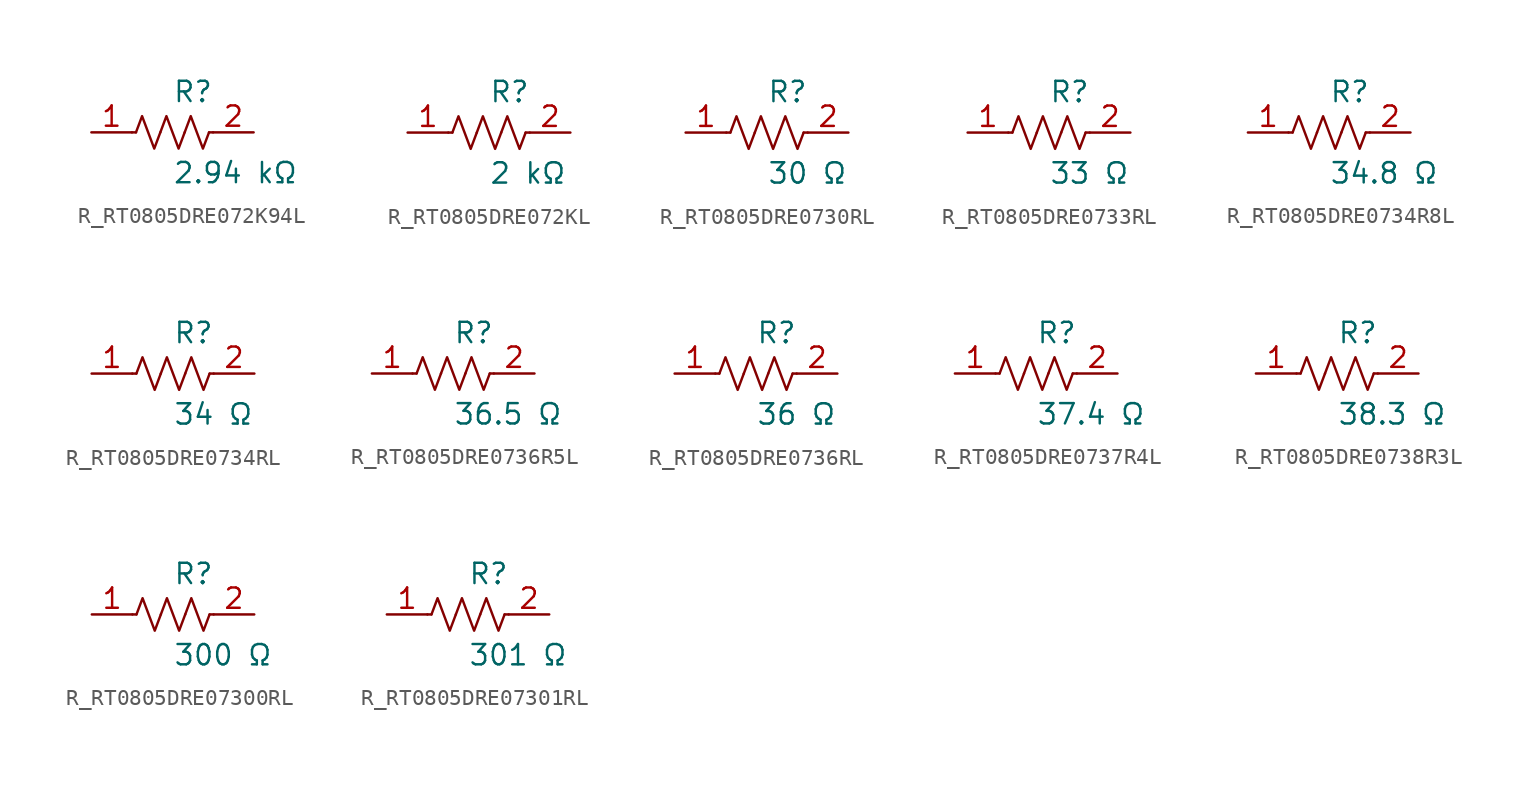
<source format=kicad_sym>
(kicad_symbol_lib
  (version 20231120)
  (generator kicad_symbol_editor)
  (generator_version 8.0)
  (symbol "R_RT0805DRE072K94L"
    (pin_names
      (offset 0.254))
    (property "Reference" "R"
      (at 0.0 2.54 0)
      (effects (font (size 1.27 1.27)) (justify left)))
    (property "Value" "2.94 kΩ"
      (at 0.0 -2.54 0)
      (effects (font (size 1.27 1.27)) (justify left)))
    (symbol "R_RT0805DRE072K94L_0_1"
      (polyline (pts (xy 2.286 0) (xy 2.54 0)) (stroke (width 0) (type default)) (fill (type none)))
      (polyline (pts (xy -2.286 0) (xy -2.54 0)) (stroke (width 0) (type default)) (fill (type none)))
      (polyline (pts (xy 0.762 0) (xy 1.143 1.016) (xy 1.524 0) (xy 1.905 -1.016) (xy 2.286 0)) (stroke (width 0) (type default)) (fill (type none)))
      (polyline (pts (xy -0.762 0) (xy -0.381 1.016) (xy 0 0) (xy 0.381 -1.016) (xy 0.762 0)) (stroke (width 0) (type default)) (fill (type none)))
      (polyline (pts (xy -2.286 0) (xy -1.905 1.016) (xy -1.524 0) (xy -1.143 -1.016) (xy -0.762 0)) (stroke (width 0) (type default)) (fill (type none))))
    (pin unspecified line
      (at -5.08 0 0)
      (length 2.54)
      (name "" (effects (font (size 1.27 1.27))))
      (number "1" (effects (font (size 1.27 1.27)))))
    (pin unspecified line
      (at 5.08 0 180)
      (length 2.54)
      (name "" (effects (font (size 1.27 1.27))))
      (number "2" (effects (font (size 1.27 1.27))))))
  (symbol "R_RT0805DRE072KL"
    (pin_names
      (offset 0.254))
    (property "Reference" "R"
      (at 0.0 2.54 0)
      (effects (font (size 1.27 1.27)) (justify left)))
    (property "Value" "2 kΩ"
      (at 0.0 -2.54 0)
      (effects (font (size 1.27 1.27)) (justify left)))
    (symbol "R_RT0805DRE072KL_0_1"
      (polyline (pts (xy 2.286 0) (xy 2.54 0)) (stroke (width 0) (type default)) (fill (type none)))
      (polyline (pts (xy -2.286 0) (xy -2.54 0)) (stroke (width 0) (type default)) (fill (type none)))
      (polyline (pts (xy 0.762 0) (xy 1.143 1.016) (xy 1.524 0) (xy 1.905 -1.016) (xy 2.286 0)) (stroke (width 0) (type default)) (fill (type none)))
      (polyline (pts (xy -0.762 0) (xy -0.381 1.016) (xy 0 0) (xy 0.381 -1.016) (xy 0.762 0)) (stroke (width 0) (type default)) (fill (type none)))
      (polyline (pts (xy -2.286 0) (xy -1.905 1.016) (xy -1.524 0) (xy -1.143 -1.016) (xy -0.762 0)) (stroke (width 0) (type default)) (fill (type none))))
    (pin unspecified line
      (at -5.08 0 0)
      (length 2.54)
      (name "" (effects (font (size 1.27 1.27))))
      (number "1" (effects (font (size 1.27 1.27)))))
    (pin unspecified line
      (at 5.08 0 180)
      (length 2.54)
      (name "" (effects (font (size 1.27 1.27))))
      (number "2" (effects (font (size 1.27 1.27))))))
  (symbol "R_RT0805DRE0730RL"
    (pin_names
      (offset 0.254))
    (property "Reference" "R"
      (at 0.0 2.54 0)
      (effects (font (size 1.27 1.27)) (justify left)))
    (property "Value" "30 Ω"
      (at 0.0 -2.54 0)
      (effects (font (size 1.27 1.27)) (justify left)))
    (symbol "R_RT0805DRE0730RL_0_1"
      (polyline (pts (xy 2.286 0) (xy 2.54 0)) (stroke (width 0) (type default)) (fill (type none)))
      (polyline (pts (xy -2.286 0) (xy -2.54 0)) (stroke (width 0) (type default)) (fill (type none)))
      (polyline (pts (xy 0.762 0) (xy 1.143 1.016) (xy 1.524 0) (xy 1.905 -1.016) (xy 2.286 0)) (stroke (width 0) (type default)) (fill (type none)))
      (polyline (pts (xy -0.762 0) (xy -0.381 1.016) (xy 0 0) (xy 0.381 -1.016) (xy 0.762 0)) (stroke (width 0) (type default)) (fill (type none)))
      (polyline (pts (xy -2.286 0) (xy -1.905 1.016) (xy -1.524 0) (xy -1.143 -1.016) (xy -0.762 0)) (stroke (width 0) (type default)) (fill (type none))))
    (pin unspecified line
      (at -5.08 0 0)
      (length 2.54)
      (name "" (effects (font (size 1.27 1.27))))
      (number "1" (effects (font (size 1.27 1.27)))))
    (pin unspecified line
      (at 5.08 0 180)
      (length 2.54)
      (name "" (effects (font (size 1.27 1.27))))
      (number "2" (effects (font (size 1.27 1.27))))))
  (symbol "R_RT0805DRE0733RL"
    (pin_names
      (offset 0.254))
    (property "Reference" "R"
      (at 0.0 2.54 0)
      (effects (font (size 1.27 1.27)) (justify left)))
    (property "Value" "33 Ω"
      (at 0.0 -2.54 0)
      (effects (font (size 1.27 1.27)) (justify left)))
    (symbol "R_RT0805DRE0733RL_0_1"
      (polyline (pts (xy 2.286 0) (xy 2.54 0)) (stroke (width 0) (type default)) (fill (type none)))
      (polyline (pts (xy -2.286 0) (xy -2.54 0)) (stroke (width 0) (type default)) (fill (type none)))
      (polyline (pts (xy 0.762 0) (xy 1.143 1.016) (xy 1.524 0) (xy 1.905 -1.016) (xy 2.286 0)) (stroke (width 0) (type default)) (fill (type none)))
      (polyline (pts (xy -0.762 0) (xy -0.381 1.016) (xy 0 0) (xy 0.381 -1.016) (xy 0.762 0)) (stroke (width 0) (type default)) (fill (type none)))
      (polyline (pts (xy -2.286 0) (xy -1.905 1.016) (xy -1.524 0) (xy -1.143 -1.016) (xy -0.762 0)) (stroke (width 0) (type default)) (fill (type none))))
    (pin unspecified line
      (at -5.08 0 0)
      (length 2.54)
      (name "" (effects (font (size 1.27 1.27))))
      (number "1" (effects (font (size 1.27 1.27)))))
    (pin unspecified line
      (at 5.08 0 180)
      (length 2.54)
      (name "" (effects (font (size 1.27 1.27))))
      (number "2" (effects (font (size 1.27 1.27))))))
  (symbol "R_RT0805DRE0734R8L"
    (pin_names
      (offset 0.254))
    (property "Reference" "R"
      (at 0.0 2.54 0)
      (effects (font (size 1.27 1.27)) (justify left)))
    (property "Value" "34.8 Ω"
      (at 0.0 -2.54 0)
      (effects (font (size 1.27 1.27)) (justify left)))
    (symbol "R_RT0805DRE0734R8L_0_1"
      (polyline (pts (xy 2.286 0) (xy 2.54 0)) (stroke (width 0) (type default)) (fill (type none)))
      (polyline (pts (xy -2.286 0) (xy -2.54 0)) (stroke (width 0) (type default)) (fill (type none)))
      (polyline (pts (xy 0.762 0) (xy 1.143 1.016) (xy 1.524 0) (xy 1.905 -1.016) (xy 2.286 0)) (stroke (width 0) (type default)) (fill (type none)))
      (polyline (pts (xy -0.762 0) (xy -0.381 1.016) (xy 0 0) (xy 0.381 -1.016) (xy 0.762 0)) (stroke (width 0) (type default)) (fill (type none)))
      (polyline (pts (xy -2.286 0) (xy -1.905 1.016) (xy -1.524 0) (xy -1.143 -1.016) (xy -0.762 0)) (stroke (width 0) (type default)) (fill (type none))))
    (pin unspecified line
      (at -5.08 0 0)
      (length 2.54)
      (name "" (effects (font (size 1.27 1.27))))
      (number "1" (effects (font (size 1.27 1.27)))))
    (pin unspecified line
      (at 5.08 0 180)
      (length 2.54)
      (name "" (effects (font (size 1.27 1.27))))
      (number "2" (effects (font (size 1.27 1.27))))))
  (symbol "R_RT0805DRE0734RL"
    (pin_names
      (offset 0.254))
    (property "Reference" "R"
      (at 0.0 2.54 0)
      (effects (font (size 1.27 1.27)) (justify left)))
    (property "Value" "34 Ω"
      (at 0.0 -2.54 0)
      (effects (font (size 1.27 1.27)) (justify left)))
    (symbol "R_RT0805DRE0734RL_0_1"
      (polyline (pts (xy 2.286 0) (xy 2.54 0)) (stroke (width 0) (type default)) (fill (type none)))
      (polyline (pts (xy -2.286 0) (xy -2.54 0)) (stroke (width 0) (type default)) (fill (type none)))
      (polyline (pts (xy 0.762 0) (xy 1.143 1.016) (xy 1.524 0) (xy 1.905 -1.016) (xy 2.286 0)) (stroke (width 0) (type default)) (fill (type none)))
      (polyline (pts (xy -0.762 0) (xy -0.381 1.016) (xy 0 0) (xy 0.381 -1.016) (xy 0.762 0)) (stroke (width 0) (type default)) (fill (type none)))
      (polyline (pts (xy -2.286 0) (xy -1.905 1.016) (xy -1.524 0) (xy -1.143 -1.016) (xy -0.762 0)) (stroke (width 0) (type default)) (fill (type none))))
    (pin unspecified line
      (at -5.08 0 0)
      (length 2.54)
      (name "" (effects (font (size 1.27 1.27))))
      (number "1" (effects (font (size 1.27 1.27)))))
    (pin unspecified line
      (at 5.08 0 180)
      (length 2.54)
      (name "" (effects (font (size 1.27 1.27))))
      (number "2" (effects (font (size 1.27 1.27))))))
  (symbol "R_RT0805DRE0736R5L"
    (pin_names
      (offset 0.254))
    (property "Reference" "R"
      (at 0.0 2.54 0)
      (effects (font (size 1.27 1.27)) (justify left)))
    (property "Value" "36.5 Ω"
      (at 0.0 -2.54 0)
      (effects (font (size 1.27 1.27)) (justify left)))
    (symbol "R_RT0805DRE0736R5L_0_1"
      (polyline (pts (xy 2.286 0) (xy 2.54 0)) (stroke (width 0) (type default)) (fill (type none)))
      (polyline (pts (xy -2.286 0) (xy -2.54 0)) (stroke (width 0) (type default)) (fill (type none)))
      (polyline (pts (xy 0.762 0) (xy 1.143 1.016) (xy 1.524 0) (xy 1.905 -1.016) (xy 2.286 0)) (stroke (width 0) (type default)) (fill (type none)))
      (polyline (pts (xy -0.762 0) (xy -0.381 1.016) (xy 0 0) (xy 0.381 -1.016) (xy 0.762 0)) (stroke (width 0) (type default)) (fill (type none)))
      (polyline (pts (xy -2.286 0) (xy -1.905 1.016) (xy -1.524 0) (xy -1.143 -1.016) (xy -0.762 0)) (stroke (width 0) (type default)) (fill (type none))))
    (pin unspecified line
      (at -5.08 0 0)
      (length 2.54)
      (name "" (effects (font (size 1.27 1.27))))
      (number "1" (effects (font (size 1.27 1.27)))))
    (pin unspecified line
      (at 5.08 0 180)
      (length 2.54)
      (name "" (effects (font (size 1.27 1.27))))
      (number "2" (effects (font (size 1.27 1.27))))))
  (symbol "R_RT0805DRE0736RL"
    (pin_names
      (offset 0.254))
    (property "Reference" "R"
      (at 0.0 2.54 0)
      (effects (font (size 1.27 1.27)) (justify left)))
    (property "Value" "36 Ω"
      (at 0.0 -2.54 0)
      (effects (font (size 1.27 1.27)) (justify left)))
    (symbol "R_RT0805DRE0736RL_0_1"
      (polyline (pts (xy 2.286 0) (xy 2.54 0)) (stroke (width 0) (type default)) (fill (type none)))
      (polyline (pts (xy -2.286 0) (xy -2.54 0)) (stroke (width 0) (type default)) (fill (type none)))
      (polyline (pts (xy 0.762 0) (xy 1.143 1.016) (xy 1.524 0) (xy 1.905 -1.016) (xy 2.286 0)) (stroke (width 0) (type default)) (fill (type none)))
      (polyline (pts (xy -0.762 0) (xy -0.381 1.016) (xy 0 0) (xy 0.381 -1.016) (xy 0.762 0)) (stroke (width 0) (type default)) (fill (type none)))
      (polyline (pts (xy -2.286 0) (xy -1.905 1.016) (xy -1.524 0) (xy -1.143 -1.016) (xy -0.762 0)) (stroke (width 0) (type default)) (fill (type none))))
    (pin unspecified line
      (at -5.08 0 0)
      (length 2.54)
      (name "" (effects (font (size 1.27 1.27))))
      (number "1" (effects (font (size 1.27 1.27)))))
    (pin unspecified line
      (at 5.08 0 180)
      (length 2.54)
      (name "" (effects (font (size 1.27 1.27))))
      (number "2" (effects (font (size 1.27 1.27))))))
  (symbol "R_RT0805DRE0737R4L"
    (pin_names
      (offset 0.254))
    (property "Reference" "R"
      (at 0.0 2.54 0)
      (effects (font (size 1.27 1.27)) (justify left)))
    (property "Value" "37.4 Ω"
      (at 0.0 -2.54 0)
      (effects (font (size 1.27 1.27)) (justify left)))
    (symbol "R_RT0805DRE0737R4L_0_1"
      (polyline (pts (xy 2.286 0) (xy 2.54 0)) (stroke (width 0) (type default)) (fill (type none)))
      (polyline (pts (xy -2.286 0) (xy -2.54 0)) (stroke (width 0) (type default)) (fill (type none)))
      (polyline (pts (xy 0.762 0) (xy 1.143 1.016) (xy 1.524 0) (xy 1.905 -1.016) (xy 2.286 0)) (stroke (width 0) (type default)) (fill (type none)))
      (polyline (pts (xy -0.762 0) (xy -0.381 1.016) (xy 0 0) (xy 0.381 -1.016) (xy 0.762 0)) (stroke (width 0) (type default)) (fill (type none)))
      (polyline (pts (xy -2.286 0) (xy -1.905 1.016) (xy -1.524 0) (xy -1.143 -1.016) (xy -0.762 0)) (stroke (width 0) (type default)) (fill (type none))))
    (pin unspecified line
      (at -5.08 0 0)
      (length 2.54)
      (name "" (effects (font (size 1.27 1.27))))
      (number "1" (effects (font (size 1.27 1.27)))))
    (pin unspecified line
      (at 5.08 0 180)
      (length 2.54)
      (name "" (effects (font (size 1.27 1.27))))
      (number "2" (effects (font (size 1.27 1.27))))))
  (symbol "R_RT0805DRE0738R3L"
    (pin_names
      (offset 0.254))
    (property "Reference" "R"
      (at 0.0 2.54 0)
      (effects (font (size 1.27 1.27)) (justify left)))
    (property "Value" "38.3 Ω"
      (at 0.0 -2.54 0)
      (effects (font (size 1.27 1.27)) (justify left)))
    (symbol "R_RT0805DRE0738R3L_0_1"
      (polyline (pts (xy 2.286 0) (xy 2.54 0)) (stroke (width 0) (type default)) (fill (type none)))
      (polyline (pts (xy -2.286 0) (xy -2.54 0)) (stroke (width 0) (type default)) (fill (type none)))
      (polyline (pts (xy 0.762 0) (xy 1.143 1.016) (xy 1.524 0) (xy 1.905 -1.016) (xy 2.286 0)) (stroke (width 0) (type default)) (fill (type none)))
      (polyline (pts (xy -0.762 0) (xy -0.381 1.016) (xy 0 0) (xy 0.381 -1.016) (xy 0.762 0)) (stroke (width 0) (type default)) (fill (type none)))
      (polyline (pts (xy -2.286 0) (xy -1.905 1.016) (xy -1.524 0) (xy -1.143 -1.016) (xy -0.762 0)) (stroke (width 0) (type default)) (fill (type none))))
    (pin unspecified line
      (at -5.08 0 0)
      (length 2.54)
      (name "" (effects (font (size 1.27 1.27))))
      (number "1" (effects (font (size 1.27 1.27)))))
    (pin unspecified line
      (at 5.08 0 180)
      (length 2.54)
      (name "" (effects (font (size 1.27 1.27))))
      (number "2" (effects (font (size 1.27 1.27))))))
  (symbol "R_RT0805DRE07300RL"
    (pin_names
      (offset 0.254))
    (property "Reference" "R"
      (at 0.0 2.54 0)
      (effects (font (size 1.27 1.27)) (justify left)))
    (property "Value" "300 Ω"
      (at 0.0 -2.54 0)
      (effects (font (size 1.27 1.27)) (justify left)))
    (symbol "R_RT0805DRE07300RL_0_1"
      (polyline (pts (xy 2.286 0) (xy 2.54 0)) (stroke (width 0) (type default)) (fill (type none)))
      (polyline (pts (xy -2.286 0) (xy -2.54 0)) (stroke (width 0) (type default)) (fill (type none)))
      (polyline (pts (xy 0.762 0) (xy 1.143 1.016) (xy 1.524 0) (xy 1.905 -1.016) (xy 2.286 0)) (stroke (width 0) (type default)) (fill (type none)))
      (polyline (pts (xy -0.762 0) (xy -0.381 1.016) (xy 0 0) (xy 0.381 -1.016) (xy 0.762 0)) (stroke (width 0) (type default)) (fill (type none)))
      (polyline (pts (xy -2.286 0) (xy -1.905 1.016) (xy -1.524 0) (xy -1.143 -1.016) (xy -0.762 0)) (stroke (width 0) (type default)) (fill (type none))))
    (pin unspecified line
      (at -5.08 0 0)
      (length 2.54)
      (name "" (effects (font (size 1.27 1.27))))
      (number "1" (effects (font (size 1.27 1.27)))))
    (pin unspecified line
      (at 5.08 0 180)
      (length 2.54)
      (name "" (effects (font (size 1.27 1.27))))
      (number "2" (effects (font (size 1.27 1.27))))))
  (symbol "R_RT0805DRE07301RL"
    (pin_names
      (offset 0.254))
    (property "Reference" "R"
      (at 0.0 2.54 0)
      (effects (font (size 1.27 1.27)) (justify left)))
    (property "Value" "301 Ω"
      (at 0.0 -2.54 0)
      (effects (font (size 1.27 1.27)) (justify left)))
    (symbol "R_RT0805DRE07301RL_0_1"
      (polyline (pts (xy 2.286 0) (xy 2.54 0)) (stroke (width 0) (type default)) (fill (type none)))
      (polyline (pts (xy -2.286 0) (xy -2.54 0)) (stroke (width 0) (type default)) (fill (type none)))
      (polyline (pts (xy 0.762 0) (xy 1.143 1.016) (xy 1.524 0) (xy 1.905 -1.016) (xy 2.286 0)) (stroke (width 0) (type default)) (fill (type none)))
      (polyline (pts (xy -0.762 0) (xy -0.381 1.016) (xy 0 0) (xy 0.381 -1.016) (xy 0.762 0)) (stroke (width 0) (type default)) (fill (type none)))
      (polyline (pts (xy -2.286 0) (xy -1.905 1.016) (xy -1.524 0) (xy -1.143 -1.016) (xy -0.762 0)) (stroke (width 0) (type default)) (fill (type none))))
    (pin unspecified line
      (at -5.08 0 0)
      (length 2.54)
      (name "" (effects (font (size 1.27 1.27))))
      (number "1" (effects (font (size 1.27 1.27)))))
    (pin unspecified line
      (at 5.08 0 180)
      (length 2.54)
      (name "" (effects (font (size 1.27 1.27))))
      (number "2" (effects (font (size 1.27 1.27)))))))
</source>
